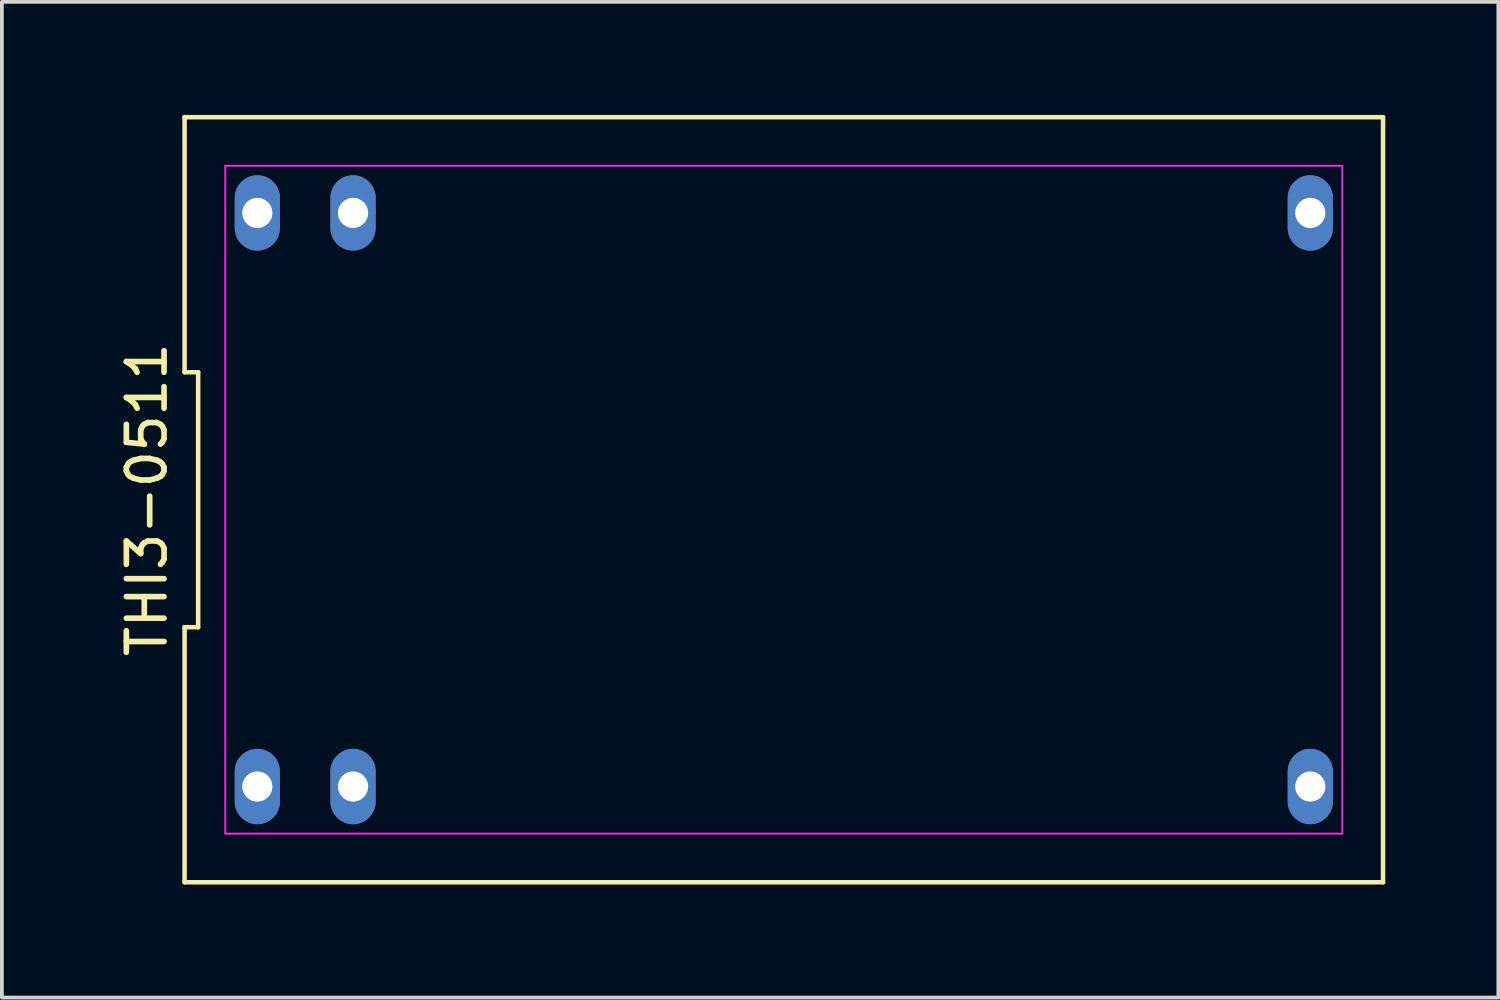
<source format=kicad_pcb>
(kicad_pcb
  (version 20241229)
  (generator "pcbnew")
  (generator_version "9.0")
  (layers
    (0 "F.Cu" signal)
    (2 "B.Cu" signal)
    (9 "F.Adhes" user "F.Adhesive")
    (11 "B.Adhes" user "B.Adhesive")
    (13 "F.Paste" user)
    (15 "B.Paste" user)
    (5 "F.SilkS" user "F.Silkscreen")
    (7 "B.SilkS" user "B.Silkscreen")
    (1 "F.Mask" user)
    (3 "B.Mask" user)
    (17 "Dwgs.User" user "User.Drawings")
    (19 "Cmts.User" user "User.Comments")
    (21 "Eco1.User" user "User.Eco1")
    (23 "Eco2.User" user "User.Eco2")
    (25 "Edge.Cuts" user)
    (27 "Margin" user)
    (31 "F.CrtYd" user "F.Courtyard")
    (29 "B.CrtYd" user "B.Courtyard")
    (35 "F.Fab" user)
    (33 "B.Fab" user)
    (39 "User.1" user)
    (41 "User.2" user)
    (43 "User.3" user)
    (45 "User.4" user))
  (footprint "THI3-0511"
    (layer "F.Cu")
    (at 17.748 10.21)
    (property "Reference" "THI3-0511" (at -16.9 0 90) (layer "F.SilkS") (effects (font (size 1 1) (thickness 0.15))))
    (attr through_hole)
    (fp_line (start -15.9 -10.15) (end -15.9 -3.383) (stroke (width 0.12) (type solid)) (layer "F.SilkS"))
    (fp_line (start -15.9 -3.383) (end -15.54 -3.383) (stroke (width 0.12) (type solid)) (layer "F.SilkS"))
    (fp_line (start -15.9 3.383) (end -15.9 10.15) (stroke (width 0.12) (type solid)) (layer "F.SilkS"))
    (fp_line (start -15.9 10.15) (end 15.9 10.15) (stroke (width 0.12) (type solid)) (layer "F.SilkS"))
    (fp_line (start -15.54 -3.383) (end -15.54 3.383) (stroke (width 0.12) (type solid)) (layer "F.SilkS"))
    (fp_line (start -15.54 3.383) (end -15.9 3.383) (stroke (width 0.12) (type solid)) (layer "F.SilkS"))
    (fp_line (start 15.9 -10.15) (end -15.9 -10.15) (stroke (width 0.12) (type solid)) (layer "F.SilkS"))
    (fp_line (start 15.9 10.15) (end 15.9 -10.15) (stroke (width 0.12) (type solid)) (layer "F.SilkS"))
    (fp_line (start -14.82 -8.86) (end 14.82 -8.86) (stroke (width 0.05) (type solid)) (layer "F.CrtYd"))
    (fp_line (start -14.82 8.86) (end -14.82 -8.86) (stroke (width 0.05) (type solid)) (layer "F.CrtYd"))
    (fp_line (start 14.82 -8.86) (end 14.82 8.86) (stroke (width 0.05) (type solid)) (layer "F.CrtYd"))
    (fp_line (start 14.82 8.86) (end -14.82 8.86) (stroke (width 0.05) (type solid)) (layer "F.CrtYd"))
    (pad "1" thru_hole oval (at -13.97 7.61) (size 1.2 2) (drill 0.8) (layers "*.Cu" "*.Mask"))
    (pad "2" thru_hole oval (at -11.43 7.61) (size 1.2 2) (drill 0.8) (layers "*.Cu" "*.Mask"))
    (pad "12" thru_hole oval (at 13.97 7.61) (size 1.2 2) (drill 0.8) (layers "*.Cu" "*.Mask"))
    (pad "13" thru_hole oval (at 13.97 -7.61) (size 1.2 2) (drill 0.8) (layers "*.Cu" "*.Mask"))
    (pad "23" thru_hole oval (at -11.43 -7.61) (size 1.2 2) (drill 0.8) (layers "*.Cu" "*.Mask"))
    (pad "24" thru_hole oval (at -13.97 -7.61) (size 1.2 2) (drill 0.8) (layers "*.Cu" "*.Mask")))
  (gr_rect
    (start -3 -3)
    (end 36.708 23.42)
    (stroke (width 0.1) (type default))
    (fill no)
    (layer "Edge.Cuts")))
</source>
